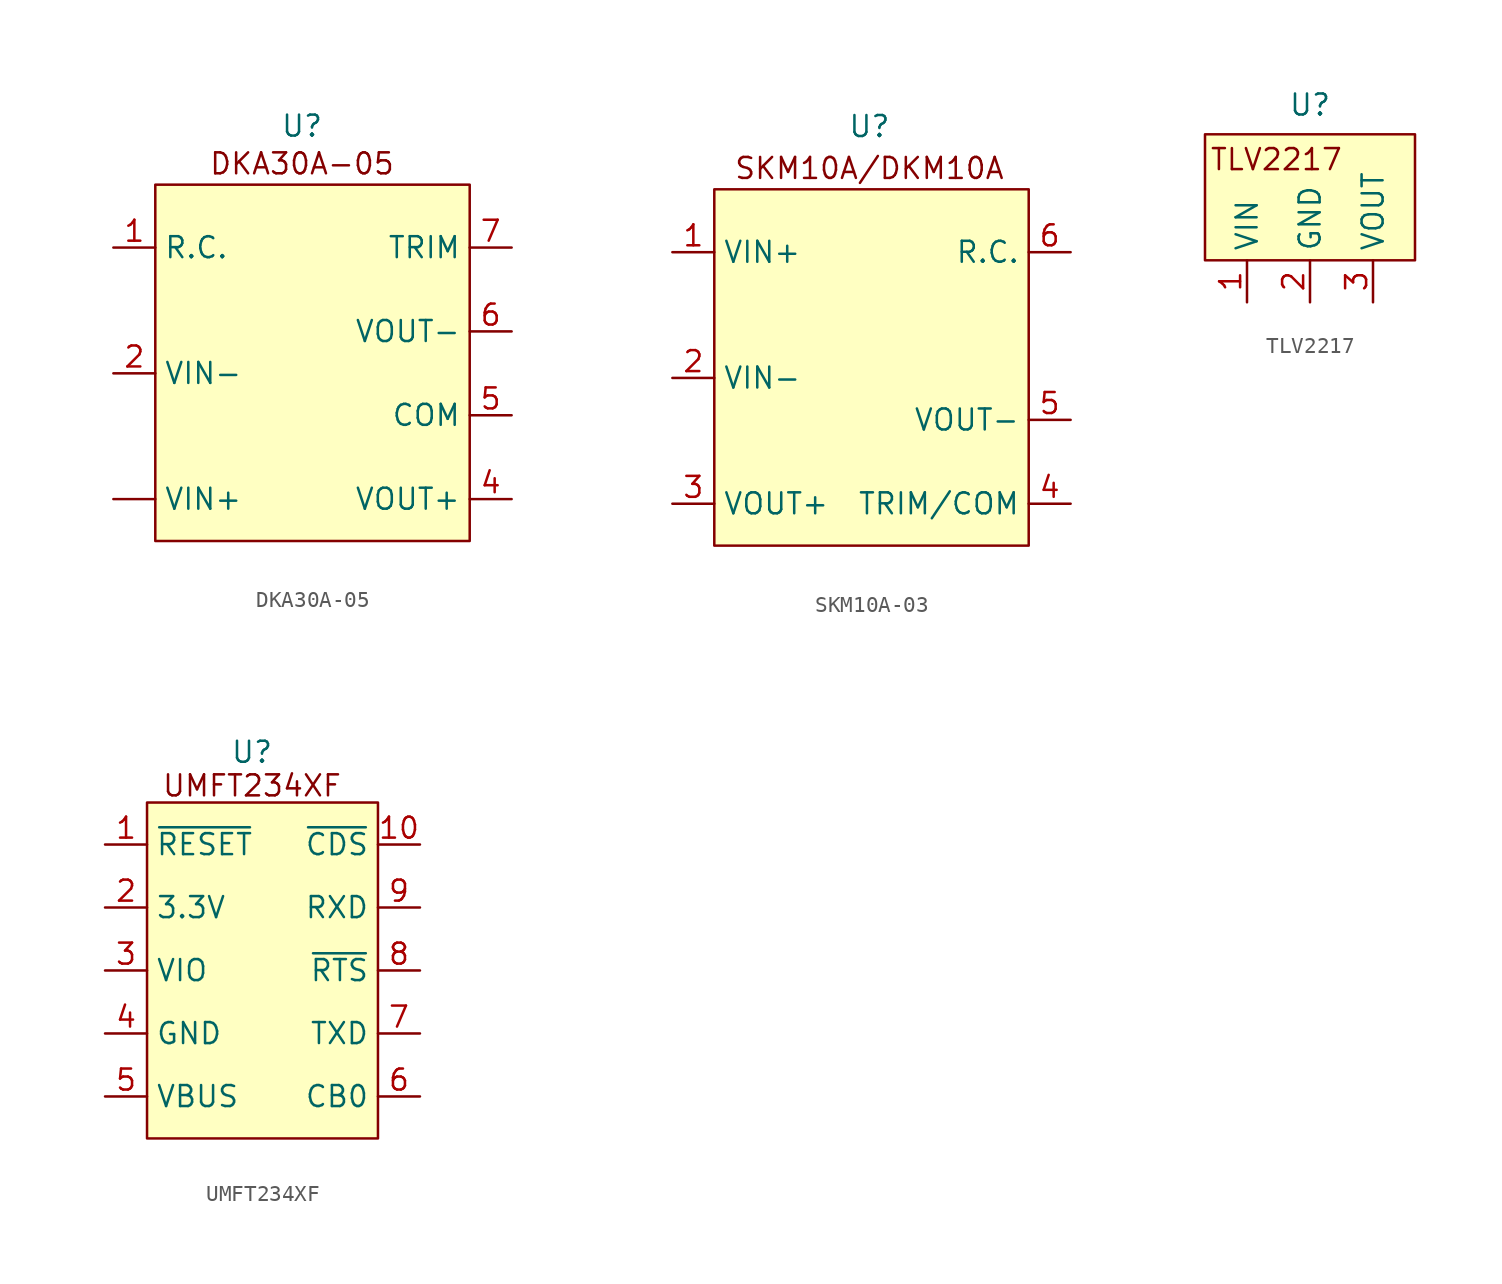
<source format=kicad_sym>
(kicad_symbol_lib
  (version 20231120)
  (generator "kicad_symbol_editor")
  (generator_version "8.0")
  (symbol "DKA30A-05"
    (property "Reference" "U"
      (at 0 14.986 0)
      (effects (font (size 1.27 1.27))))
    (property "Value" ""
      (at -1.27 0 0)
      (effects (font (size 1.27 1.27))))
    (symbol "DKA30A-05_1_1"
      (rectangle (start -8.89 11.43) (end 10.16 -10.16) (stroke (width 0) (type default)) (fill (type background)))
      (text "DKA30A-05" (at 0 12.7 0) (effects (font (size 1.27 1.27))))
      (pin input line (at -11.43 -7.62 0) (length 2.54) (name "VIN+" (effects (font (size 1.27 1.27)))) (number "" (effects (font (size 1.27 1.27)))))
      (pin input line (at -11.43 7.62 0) (length 2.54) (name "R.C." (effects (font (size 1.27 1.27)))) (number "1" (effects (font (size 1.27 1.27)))))
      (pin input line (at -11.43 0 0) (length 2.54) (name "VIN-" (effects (font (size 1.27 1.27)))) (number "2" (effects (font (size 1.27 1.27)))))
      (pin input line (at 12.7 -7.62 180) (length 2.54) (name "VOUT+" (effects (font (size 1.27 1.27)))) (number "4" (effects (font (size 1.27 1.27)))))
      (pin input line (at 12.7 -2.54 180) (length 2.54) (name "COM" (effects (font (size 1.27 1.27)))) (number "5" (effects (font (size 1.27 1.27)))))
      (pin input line (at 12.7 2.54 180) (length 2.54) (name "VOUT-" (effects (font (size 1.27 1.27)))) (number "6" (effects (font (size 1.27 1.27)))))
      (pin input line (at 12.7 7.62 180) (length 2.54) (name "TRIM" (effects (font (size 1.27 1.27)))) (number "7" (effects (font (size 1.27 1.27)))))))
  (symbol "SKM10A-03"
    (property "Reference" "U"
      (at -0.762 12.7 0)
      (effects (font (size 1.27 1.27))))
    (property "Value" ""
      (at -0.762 10.16 0)
      (effects (font (size 1.27 1.27))))
    (symbol "SKM10A-03_1_1"
      (rectangle (start -10.16 8.89) (end 8.89 -12.7) (stroke (width 0) (type default)) (fill (type background)))
      (text "SKM10A/DKM10A" (at -0.762 10.16 0) (effects (font (size 1.27 1.27))))
      (pin input line (at -12.7 5.08 0) (length 2.54) (name "VIN+" (effects (font (size 1.27 1.27)))) (number "1" (effects (font (size 1.27 1.27)))))
      (pin input line (at -12.7 -2.54 0) (length 2.54) (name "VIN-" (effects (font (size 1.27 1.27)))) (number "2" (effects (font (size 1.27 1.27)))))
      (pin input line (at -12.7 -10.16 0) (length 2.54) (name "VOUT+" (effects (font (size 1.27 1.27)))) (number "3" (effects (font (size 1.27 1.27)))))
      (pin input line (at 11.43 -10.16 180) (length 2.54) (name "TRIM/COM" (effects (font (size 1.27 1.27)))) (number "4" (effects (font (size 1.27 1.27)))))
      (pin input line (at 11.43 -5.08 180) (length 2.54) (name "VOUT-" (effects (font (size 1.27 1.27)))) (number "5" (effects (font (size 1.27 1.27)))))
      (pin input line (at 11.43 5.08 180) (length 2.54) (name "R.C." (effects (font (size 1.27 1.27)))) (number "6" (effects (font (size 1.27 1.27)))))))
  (symbol "TLV2217"
    (property "Reference" "U"
      (at 0 6.858 0)
      (effects (font (size 1.27 1.27))))
    (property "Value" ""
      (at 0 0 0)
      (effects (font (size 1.27 1.27))))
    (symbol "TLV2217_1_1"
      (rectangle (start -6.35 5.08) (end 6.35 -2.54) (stroke (width 0) (type default)) (fill (type background)))
      (text "TLV2217" (at -2.032 3.556 0) (effects (font (size 1.27 1.27))))
      (pin input line (at -3.81 -5.08 90) (length 2.54) (name "VIN" (effects (font (size 1.27 1.27)))) (number "1" (effects (font (size 1.27 1.27)))))
      (pin input line (at 0 -5.08 90) (length 2.54) (name "GND" (effects (font (size 1.27 1.27)))) (number "2" (effects (font (size 1.27 1.27)))))
      (pin input line (at 3.81 -5.08 90) (length 2.54) (name "VOUT" (effects (font (size 1.27 1.27)))) (number "3" (effects (font (size 1.27 1.27)))))))
  (symbol "UMFT234XF"
    (property "Reference" "U"
      (at 0 20.828 0)
      (effects (font (size 1.27 1.27))))
    (property "Value" ""
      (at 0 20.828 0)
      (effects (font (size 1.27 1.27))))
    (symbol "UMFT234XF_1_1"
      (rectangle (start -6.35 17.78) (end 7.62 -2.54) (stroke (width 0) (type default)) (fill (type background)))
      (text "UMFT234XF" (at 0 18.796 0) (effects (font (size 1.27 1.27))))
      (pin input line (at -8.89 15.24 0) (length 2.54) (name "~{RESET}" (effects (font (size 1.27 1.27)))) (number "1" (effects (font (size 1.27 1.27)))))
      (pin output line (at 10.16 15.24 180) (length 2.54) (name "~{CDS}" (effects (font (size 1.27 1.27)))) (number "10" (effects (font (size 1.27 1.27)))))
      (pin power_out line (at -8.89 11.43 0) (length 2.54) (name "3.3V" (effects (font (size 1.27 1.27)))) (number "2" (effects (font (size 1.27 1.27)))))
      (pin input line (at -8.89 7.62 0) (length 2.54) (name "VIO" (effects (font (size 1.27 1.27)))) (number "3" (effects (font (size 1.27 1.27)))))
      (pin power_in line (at -8.89 3.81 0) (length 2.54) (name "GND" (effects (font (size 1.27 1.27)))) (number "4" (effects (font (size 1.27 1.27)))))
      (pin power_out line (at -8.89 0 0) (length 2.54) (name "VBUS" (effects (font (size 1.27 1.27)))) (number "5" (effects (font (size 1.27 1.27)))))
      (pin bidirectional line (at 10.16 0 180) (length 2.54) (name "CB0" (effects (font (size 1.27 1.27)))) (number "6" (effects (font (size 1.27 1.27)))))
      (pin output line (at 10.16 3.81 180) (length 2.54) (name "TXD" (effects (font (size 1.27 1.27)))) (number "7" (effects (font (size 1.27 1.27)))))
      (pin output line (at 10.16 7.62 180) (length 2.54) (name "~{RTS}" (effects (font (size 1.27 1.27)))) (number "8" (effects (font (size 1.27 1.27)))))
      (pin input line (at 10.16 11.43 180) (length 2.54) (name "RXD" (effects (font (size 1.27 1.27)))) (number "9" (effects (font (size 1.27 1.27))))))))
</source>
